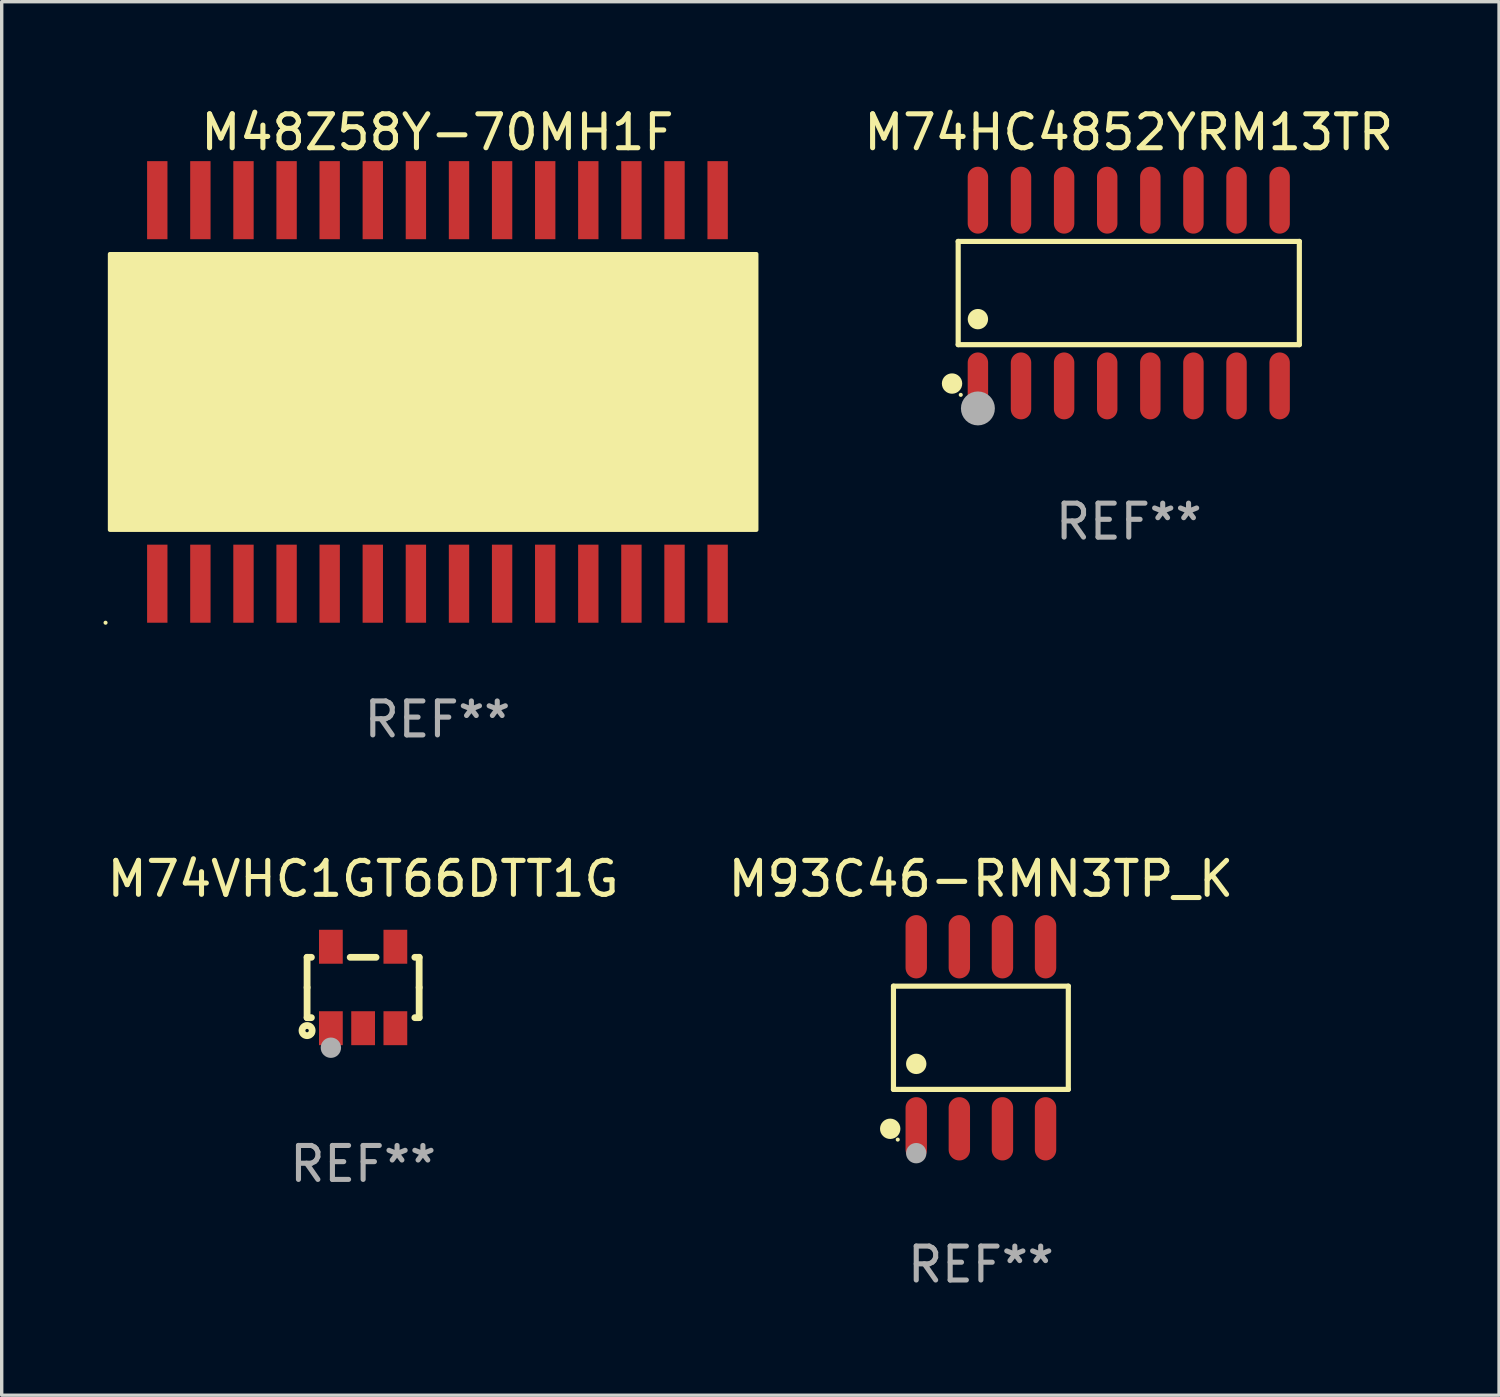
<source format=kicad_pcb>
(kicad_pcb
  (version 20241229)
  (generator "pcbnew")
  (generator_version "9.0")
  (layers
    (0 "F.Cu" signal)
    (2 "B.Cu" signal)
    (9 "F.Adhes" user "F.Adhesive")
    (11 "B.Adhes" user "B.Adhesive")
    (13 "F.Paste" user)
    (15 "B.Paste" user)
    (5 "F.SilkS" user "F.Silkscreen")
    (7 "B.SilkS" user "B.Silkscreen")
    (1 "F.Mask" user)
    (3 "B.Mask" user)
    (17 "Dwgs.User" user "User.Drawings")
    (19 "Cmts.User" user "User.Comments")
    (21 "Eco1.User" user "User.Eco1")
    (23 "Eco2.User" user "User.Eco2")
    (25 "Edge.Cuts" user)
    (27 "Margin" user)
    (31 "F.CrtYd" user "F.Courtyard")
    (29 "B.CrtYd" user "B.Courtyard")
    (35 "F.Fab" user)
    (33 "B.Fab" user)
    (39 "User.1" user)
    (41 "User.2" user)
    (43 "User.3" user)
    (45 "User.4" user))
  (footprint "M74HC4852YRM13TR"
    (layer "F.Cu")
    (at 30.208 5.584)
    (property "Reference" "M74HC4852YRM13TR" (at 0 -4.736 0) (layer "F.SilkS") (effects (font (size 1 1) (thickness 0.15))))
    (attr through_hole)
    (fp_line (start -5.026 -1.521) (end 5.026 -1.521) (stroke (width 0.152) (type solid)) (layer "F.SilkS"))
    (fp_line (start -5.026 1.521) (end -5.026 -1.521) (stroke (width 0.152) (type solid)) (layer "F.SilkS"))
    (fp_line (start 5.026 -1.521) (end 5.026 1.521) (stroke (width 0.152) (type solid)) (layer "F.SilkS"))
    (fp_line (start 5.026 1.521) (end -5.026 1.521) (stroke (width 0.152) (type solid)) (layer "F.SilkS"))
    (fp_circle (center -5.207 2.667) (end -5.057 2.667) (stroke (width 0.3) (type solid)) (fill no) (layer "F.SilkS"))
    (fp_circle (center -4.95 3) (end -4.92 3) (stroke (width 0.06) (type solid)) (fill no) (layer "F.SilkS"))
    (fp_circle (center -4.445 0.769) (end -4.295 0.769) (stroke (width 0.3) (type solid)) (fill no) (layer "F.SilkS"))
    (fp_circle (center -4.445 3.4) (end -4.195 3.4) (stroke (width 0.5) (type solid)) (fill no) (layer "F.Fab"))
    (fp_text user "REF**" (at 0 6.736 0) (layer "F.Fab") (effects (font (size 1 1) (thickness 0.15))))
    (pad "1" smd oval (at -4.445 2.736) (size 0.602 1.971) (layers "F.Cu" "F.Mask" "F.Paste"))
    (pad "2" smd oval (at -3.175 2.736) (size 0.602 1.971) (layers "F.Cu" "F.Mask" "F.Paste"))
    (pad "3" smd oval (at -1.905 2.736) (size 0.602 1.971) (layers "F.Cu" "F.Mask" "F.Paste"))
    (pad "4" smd oval (at -0.635 2.736) (size 0.602 1.971) (layers "F.Cu" "F.Mask" "F.Paste"))
    (pad "5" smd oval (at 0.635 2.736) (size 0.602 1.971) (layers "F.Cu" "F.Mask" "F.Paste"))
    (pad "6" smd oval (at 1.905 2.736) (size 0.602 1.971) (layers "F.Cu" "F.Mask" "F.Paste"))
    (pad "7" smd oval (at 3.175 2.736) (size 0.602 1.971) (layers "F.Cu" "F.Mask" "F.Paste"))
    (pad "8" smd oval (at 4.445 2.736) (size 0.602 1.971) (layers "F.Cu" "F.Mask" "F.Paste"))
    (pad "9" smd oval (at 4.445 -2.736) (size 0.602 1.971) (layers "F.Cu" "F.Mask" "F.Paste"))
    (pad "10" smd oval (at 3.175 -2.736) (size 0.602 1.971) (layers "F.Cu" "F.Mask" "F.Paste"))
    (pad "11" smd oval (at 1.905 -2.736) (size 0.602 1.971) (layers "F.Cu" "F.Mask" "F.Paste"))
    (pad "12" smd oval (at 0.635 -2.736) (size 0.602 1.971) (layers "F.Cu" "F.Mask" "F.Paste"))
    (pad "13" smd oval (at -0.635 -2.736) (size 0.602 1.971) (layers "F.Cu" "F.Mask" "F.Paste"))
    (pad "14" smd oval (at -1.905 -2.736) (size 0.602 1.971) (layers "F.Cu" "F.Mask" "F.Paste"))
    (pad "15" smd oval (at -3.175 -2.736) (size 0.602 1.971) (layers "F.Cu" "F.Mask" "F.Paste"))
    (pad "16" smd oval (at -4.445 -2.736) (size 0.602 1.971) (layers "F.Cu" "F.Mask" "F.Paste")))
  (footprint "M74VHC1GT66DTT1G"
    (layer "F.Cu")
    (at 7.649 26.045)
    (property "Reference" "M74VHC1GT66DTT1G" (at 0 -3.2 0) (layer "F.SilkS") (effects (font (size 1 1) (thickness 0.15))))
    (attr through_hole)
    (fp_line (start -1.651 -0.889) (end -1.524 -0.889) (stroke (width 0.2) (type solid)) (layer "F.SilkS"))
    (fp_line (start -1.651 0) (end -1.651 -0.889) (stroke (width 0.2) (type solid)) (layer "F.SilkS"))
    (fp_line (start -1.651 0) (end -1.651 0.889) (stroke (width 0.2) (type solid)) (layer "F.SilkS"))
    (fp_line (start -1.651 0.889) (end -1.524 0.889) (stroke (width 0.2) (type solid)) (layer "F.SilkS"))
    (fp_line (start 0.381 -0.889) (end -0.381 -0.889) (stroke (width 0.2) (type solid)) (layer "F.SilkS"))
    (fp_line (start 1.651 -0.889) (end 1.524 -0.889) (stroke (width 0.2) (type solid)) (layer "F.SilkS"))
    (fp_line (start 1.651 0) (end 1.651 -0.889) (stroke (width 0.2) (type solid)) (layer "F.SilkS"))
    (fp_line (start 1.651 0) (end 1.651 0.889) (stroke (width 0.2) (type solid)) (layer "F.SilkS"))
    (fp_line (start 1.651 0.889) (end 1.524 0.889) (stroke (width 0.2) (type solid)) (layer "F.SilkS"))
    (fp_circle (center -1.651 1.27) (end -1.501 1.27) (stroke (width 0.2) (type solid)) (fill no) (layer "F.SilkS"))
    (fp_circle (center -1.5 1.375) (end -1.47 1.375) (stroke (width 0.06) (type solid)) (fill no) (layer "F.SilkS"))
    (fp_circle (center -0.95 1.775) (end -0.8 1.775) (stroke (width 0.3) (type solid)) (fill no) (layer "F.Fab"))
    (fp_text user "REF**" (at 0 5.2 0) (layer "F.Fab") (effects (font (size 1 1) (thickness 0.15))))
    (pad "1" smd rect (at -0.95 1.2) (size 0.7 1) (layers "F.Cu" "F.Mask" "F.Paste"))
    (pad "2" smd rect (at 0 1.2) (size 0.7 1) (layers "F.Cu" "F.Mask" "F.Paste"))
    (pad "3" smd rect (at 0.95 1.2) (size 0.7 1) (layers "F.Cu" "F.Mask" "F.Paste"))
    (pad "4" smd rect (at 0.95 -1.2) (size 0.7 1) (layers "F.Cu" "F.Mask" "F.Paste"))
    (pad "5" smd rect (at -0.95 -1.2) (size 0.7 1) (layers "F.Cu" "F.Mask" "F.Paste")))
  (footprint "M48Z58Y-70MH1F"
    (layer "F.Cu")
    (at 9.839 8.498)
    (property "Reference" "M48Z58Y-70MH1F" (at 0 -7.65 0) (layer "F.SilkS") (effects (font (size 1 1) (thickness 0.15))))
    (attr through_hole)
    (fp_circle (center -9.779 6.8) (end -9.749 6.8) (stroke (width 0.06) (type solid)) (fill no) (layer "F.SilkS"))
    (fp_circle (center -8.636 3.175) (end -8.352 3.175) (stroke (width 0.254) (type solid)) (fill no) (layer "F.SilkS"))
    (fp_poly (pts (xy -9.652 -4.064) (xy 9.398 -4.064) (xy 9.398 4.064) (xy -9.652 4.064)) (stroke (width 0.12) (type solid)) (fill yes) (layer "F.SilkS"))
    (fp_text user "REF**" (at 0 9.65 0) (layer "F.Fab") (effects (font (size 1 1) (thickness 0.15))))
    (pad "1" smd rect (at -8.255 5.65) (size 0.6 2.3) (layers "F.Cu" "F.Mask" "F.Paste"))
    (pad "2" smd rect (at -6.985 5.65) (size 0.6 2.3) (layers "F.Cu" "F.Mask" "F.Paste"))
    (pad "3" smd rect (at -5.715 5.65) (size 0.6 2.3) (layers "F.Cu" "F.Mask" "F.Paste"))
    (pad "4" smd rect (at -4.445 5.65) (size 0.6 2.3) (layers "F.Cu" "F.Mask" "F.Paste"))
    (pad "5" smd rect (at -3.175 5.65) (size 0.6 2.3) (layers "F.Cu" "F.Mask" "F.Paste"))
    (pad "6" smd rect (at -1.905 5.65) (size 0.6 2.3) (layers "F.Cu" "F.Mask" "F.Paste"))
    (pad "7" smd rect (at -0.635 5.65) (size 0.6 2.3) (layers "F.Cu" "F.Mask" "F.Paste"))
    (pad "8" smd rect (at 0.635 5.65) (size 0.6 2.3) (layers "F.Cu" "F.Mask" "F.Paste"))
    (pad "9" smd rect (at 1.905 5.65) (size 0.6 2.3) (layers "F.Cu" "F.Mask" "F.Paste"))
    (pad "10" smd rect (at 3.175 5.65) (size 0.6 2.3) (layers "F.Cu" "F.Mask" "F.Paste"))
    (pad "11" smd rect (at 4.445 5.65) (size 0.6 2.3) (layers "F.Cu" "F.Mask" "F.Paste"))
    (pad "12" smd rect (at 5.715 5.65) (size 0.6 2.3) (layers "F.Cu" "F.Mask" "F.Paste"))
    (pad "13" smd rect (at 6.985 5.65) (size 0.6 2.3) (layers "F.Cu" "F.Mask" "F.Paste"))
    (pad "14" smd rect (at 8.255 5.65) (size 0.6 2.3) (layers "F.Cu" "F.Mask" "F.Paste"))
    (pad "15" smd rect (at 8.255 -5.65) (size 0.6 2.3) (layers "F.Cu" "F.Mask" "F.Paste"))
    (pad "16" smd rect (at 6.985 -5.65) (size 0.6 2.3) (layers "F.Cu" "F.Mask" "F.Paste"))
    (pad "17" smd rect (at 5.715 -5.65) (size 0.6 2.3) (layers "F.Cu" "F.Mask" "F.Paste"))
    (pad "18" smd rect (at 4.445 -5.65) (size 0.6 2.3) (layers "F.Cu" "F.Mask" "F.Paste"))
    (pad "19" smd rect (at 3.175 -5.65) (size 0.6 2.3) (layers "F.Cu" "F.Mask" "F.Paste"))
    (pad "20" smd rect (at 1.905 -5.65) (size 0.6 2.3) (layers "F.Cu" "F.Mask" "F.Paste"))
    (pad "21" smd rect (at 0.635 -5.65) (size 0.6 2.3) (layers "F.Cu" "F.Mask" "F.Paste"))
    (pad "22" smd rect (at -0.635 -5.65) (size 0.6 2.3) (layers "F.Cu" "F.Mask" "F.Paste"))
    (pad "23" smd rect (at -1.905 -5.65) (size 0.6 2.3) (layers "F.Cu" "F.Mask" "F.Paste"))
    (pad "24" smd rect (at -3.175 -5.65) (size 0.6 2.3) (layers "F.Cu" "F.Mask" "F.Paste"))
    (pad "25" smd rect (at -4.445 -5.65) (size 0.6 2.3) (layers "F.Cu" "F.Mask" "F.Paste"))
    (pad "26" smd rect (at -5.715 -5.65) (size 0.6 2.3) (layers "F.Cu" "F.Mask" "F.Paste"))
    (pad "27" smd rect (at -6.985 -5.65) (size 0.6 2.3) (layers "F.Cu" "F.Mask" "F.Paste"))
    (pad "28" smd rect (at -8.255 -5.65) (size 0.6 2.3) (layers "F.Cu" "F.Mask" "F.Paste")))
  (footprint "M93C46-RMN3TP_K"
    (layer "F.Cu")
    (at 25.851 27.527)
    (property "Reference" "M93C46-RMN3TP_K" (at 0 -4.682 0) (layer "F.SilkS") (effects (font (size 1 1) (thickness 0.15))))
    (attr through_hole)
    (fp_line (start -2.576 -1.521) (end 2.576 -1.521) (stroke (width 0.152) (type solid)) (layer "F.SilkS"))
    (fp_line (start -2.576 1.521) (end -2.576 -1.521) (stroke (width 0.152) (type solid)) (layer "F.SilkS"))
    (fp_line (start 2.576 -1.521) (end 2.576 1.521) (stroke (width 0.152) (type solid)) (layer "F.SilkS"))
    (fp_line (start 2.576 1.521) (end -2.576 1.521) (stroke (width 0.152) (type solid)) (layer "F.SilkS"))
    (fp_circle (center -2.672 2.682) (end -2.522 2.682) (stroke (width 0.3) (type solid)) (fill no) (layer "F.SilkS"))
    (fp_circle (center -2.45 3) (end -2.42 3) (stroke (width 0.06) (type solid)) (fill no) (layer "F.SilkS"))
    (fp_circle (center -1.905 0.769) (end -1.755 0.769) (stroke (width 0.3) (type solid)) (fill no) (layer "F.SilkS"))
    (fp_circle (center -1.905 3.4) (end -1.755 3.4) (stroke (width 0.3) (type solid)) (fill no) (layer "F.Fab"))
    (fp_text user "REF**" (at 0 6.682 0) (layer "F.Fab") (effects (font (size 1 1) (thickness 0.15))))
    (pad "1" smd oval (at -1.905 2.682) (size 0.63 1.865) (layers "F.Cu" "F.Mask" "F.Paste"))
    (pad "2" smd oval (at -0.635 2.682) (size 0.63 1.865) (layers "F.Cu" "F.Mask" "F.Paste"))
    (pad "3" smd oval (at 0.635 2.682) (size 0.63 1.865) (layers "F.Cu" "F.Mask" "F.Paste"))
    (pad "4" smd oval (at 1.905 2.682) (size 0.63 1.865) (layers "F.Cu" "F.Mask" "F.Paste"))
    (pad "5" smd oval (at 1.905 -2.682) (size 0.63 1.865) (layers "F.Cu" "F.Mask" "F.Paste"))
    (pad "6" smd oval (at 0.635 -2.682) (size 0.63 1.865) (layers "F.Cu" "F.Mask" "F.Paste"))
    (pad "7" smd oval (at -0.635 -2.682) (size 0.63 1.865) (layers "F.Cu" "F.Mask" "F.Paste"))
    (pad "8" smd oval (at -1.905 -2.682) (size 0.63 1.865) (layers "F.Cu" "F.Mask" "F.Paste")))
  (gr_rect
    (start -3 -3)
    (end 41.118 38.058)
    (stroke (width 0.1) (type default))
    (fill no)
    (layer "Edge.Cuts")))
</source>
